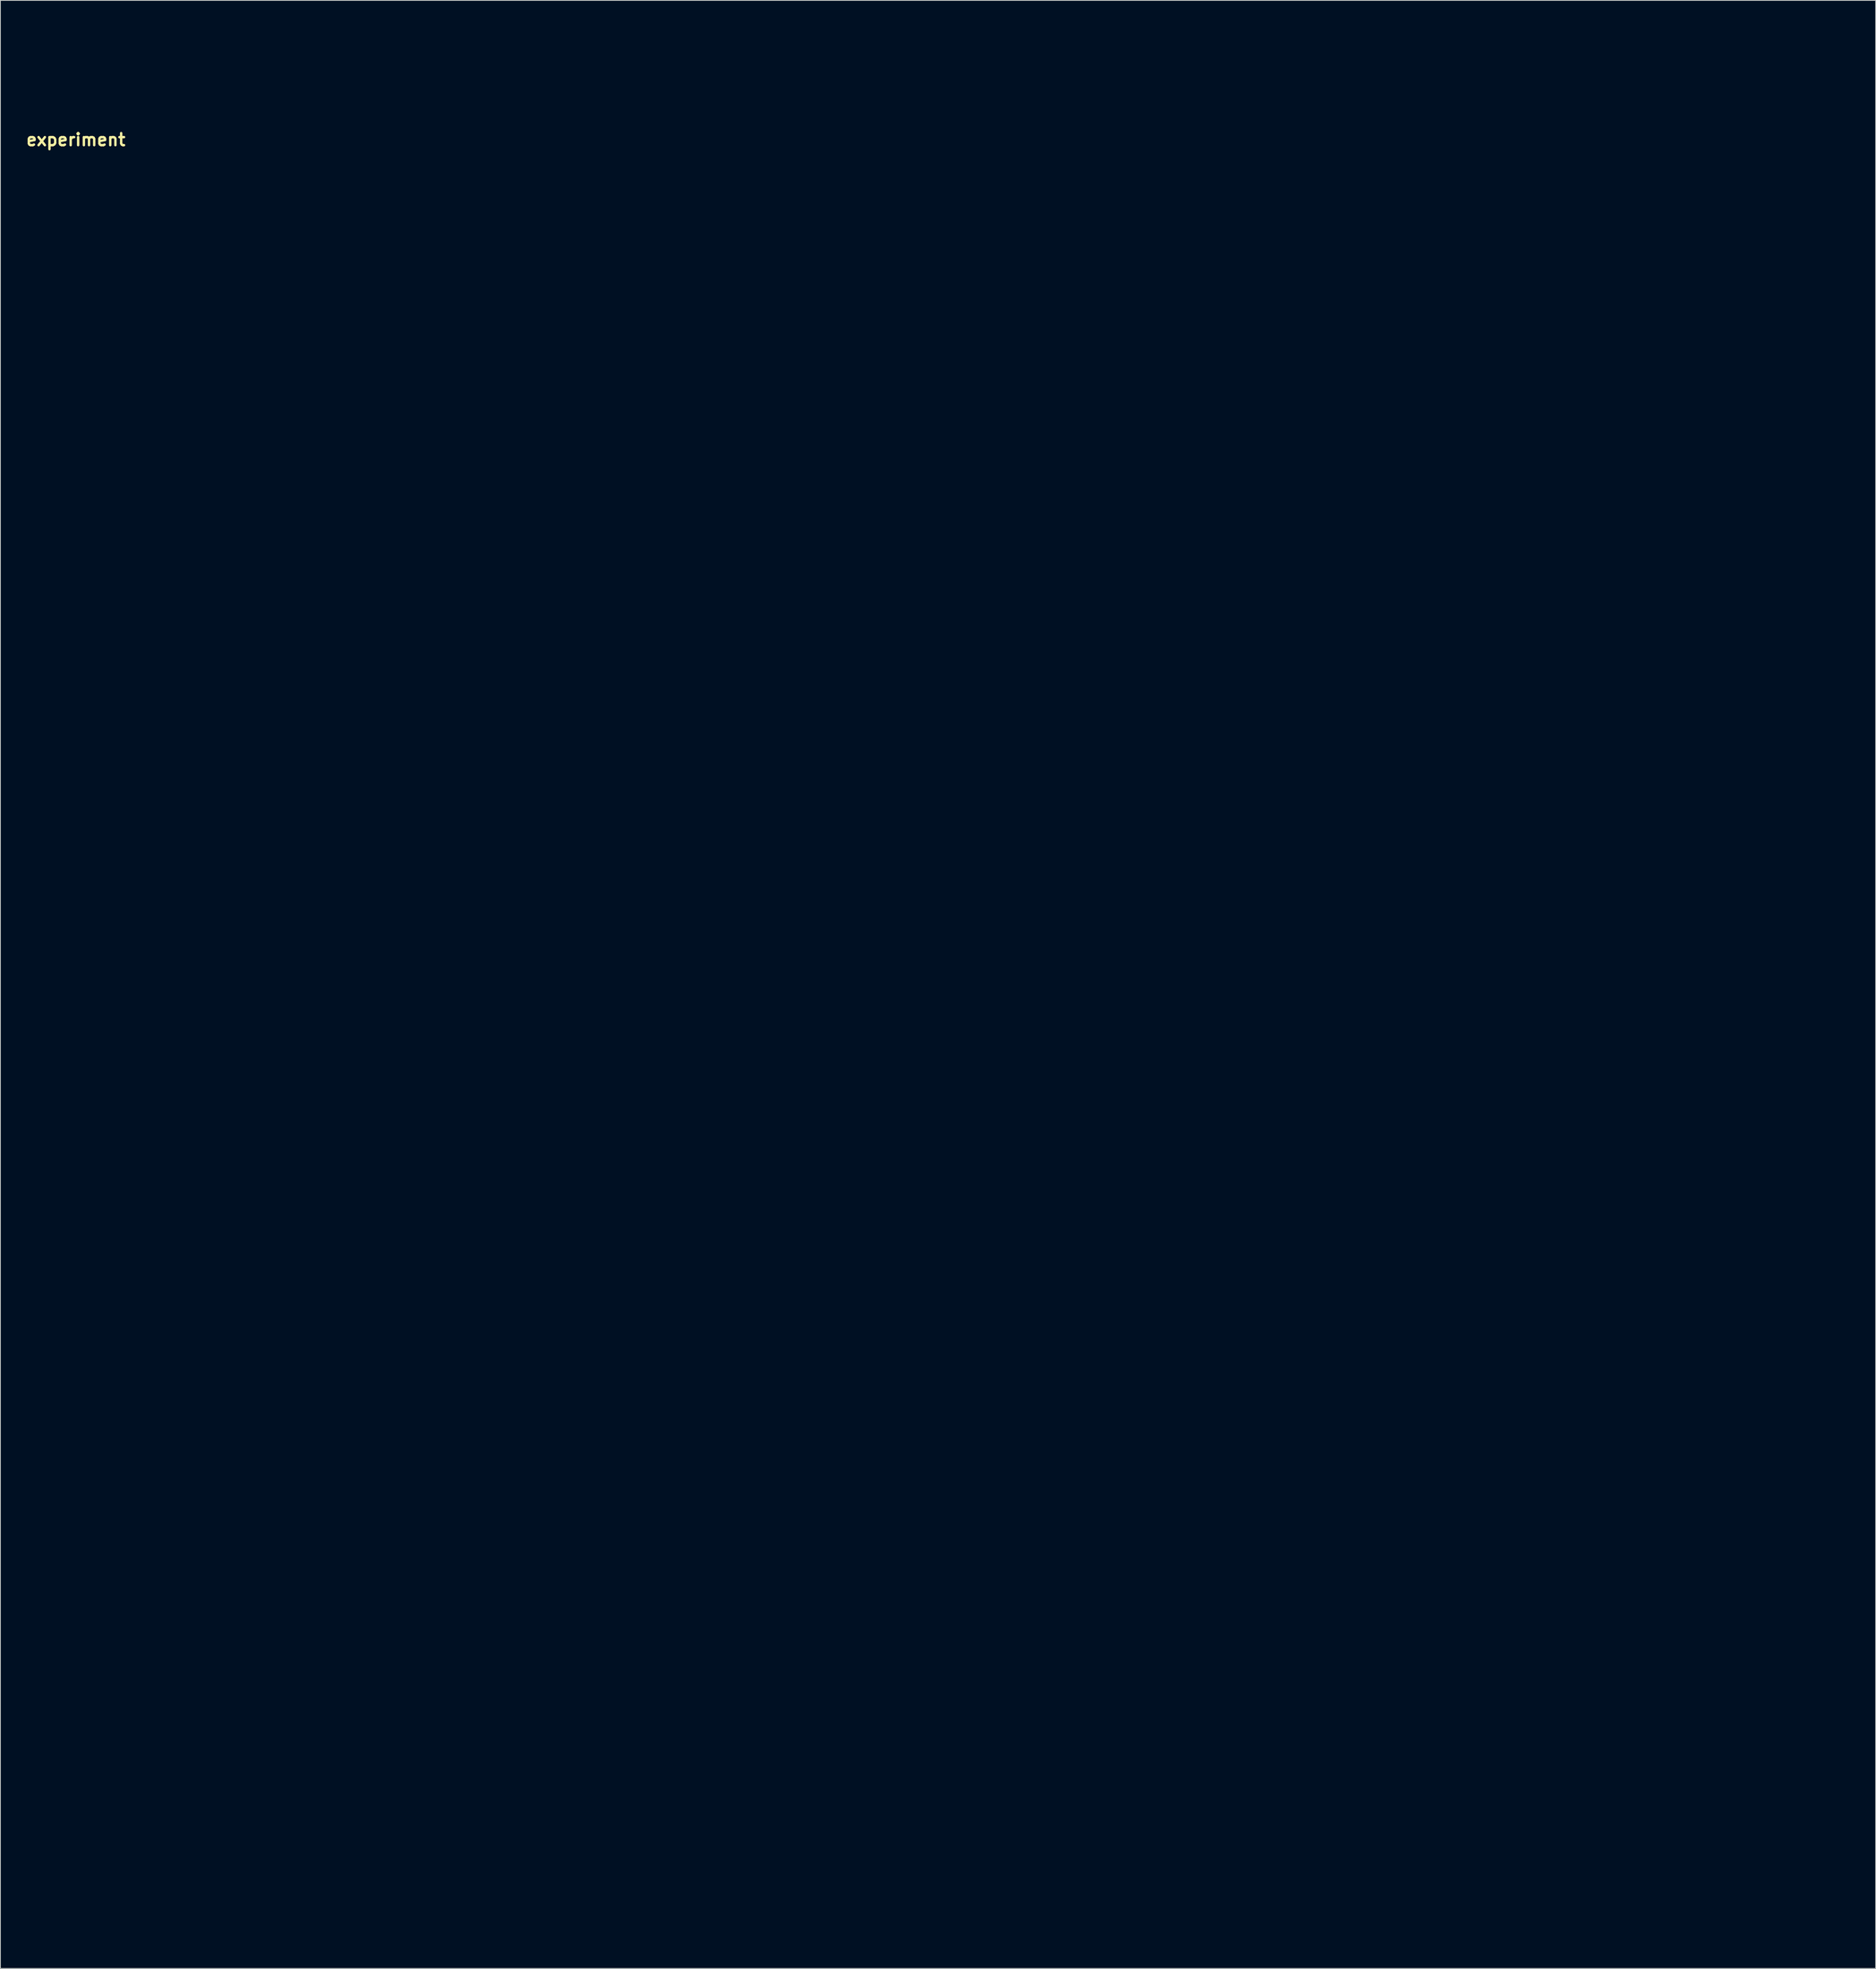
<source format=kicad_pcb>
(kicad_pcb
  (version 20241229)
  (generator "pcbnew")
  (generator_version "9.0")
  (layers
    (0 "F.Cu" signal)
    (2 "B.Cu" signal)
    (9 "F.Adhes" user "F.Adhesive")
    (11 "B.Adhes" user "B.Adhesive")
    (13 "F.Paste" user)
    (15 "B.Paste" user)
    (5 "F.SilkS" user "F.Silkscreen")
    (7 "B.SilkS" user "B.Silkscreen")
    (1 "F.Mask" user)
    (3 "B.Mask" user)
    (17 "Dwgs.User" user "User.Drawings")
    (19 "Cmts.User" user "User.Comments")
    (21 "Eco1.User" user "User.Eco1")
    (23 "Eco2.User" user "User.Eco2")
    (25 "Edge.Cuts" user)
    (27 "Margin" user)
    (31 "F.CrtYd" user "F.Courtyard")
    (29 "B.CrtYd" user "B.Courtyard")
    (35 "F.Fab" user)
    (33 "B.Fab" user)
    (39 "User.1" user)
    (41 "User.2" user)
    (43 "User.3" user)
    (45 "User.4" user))
  (footprint "experiment"
    (layer "F.Cu")
    (at 6.546 0.25)
    (property "Reference" "experiment" (at 0 14.376 0) (layer "F.SilkS") (effects (font (size 1.524 1.524) (thickness 0.305))))
    (attr exclude_from_pos_files exclude_from_bom)
    (fp_poly (pts (xy 60.882 242.603) (xy 52.566 242.427) (xy 48.753 241.876) (xy 46.021 241.448) (xy 33.649 238.981) (xy 33.582 239.185) (xy 31.664 238.567) (xy 29.124 237.543) (xy 26.271 236.189) (xy 24.917 235.365) (xy 25.675 235.649) (xy 27.497 236.518) (xy 29.844 237.566) (xy 31.863 238.28) (xy 33.649 238.981) (xy 46.021 241.448) (xy 44.806 241.192) (xy 49.524 240.003) (xy 44.364 239.487) (xy 42.644 238.926) (xy 40.925 238.365) (xy 37.088 238.177) (xy 33.252 237.989) (xy 32.061 237.432) (xy 30.416 236.76) (xy 28.133 235.924) (xy 25.395 234.973) (xy 23.238 233.524) (xy 20.607 231.733) (xy 18.738 230.39) (xy 17.293 229.241) (xy 15.933 228.03) (xy 14.515 226.808) (xy 13.805 226.374) (xy 13.24 226.056) (xy 12.879 225.611) (xy 13.21 225.81) (xy 13.451 225.645) (xy 12.355 223.342) (xy 11.169 220.981) (xy 9.949 216.798) (xy 8.729 212.616) (xy 8.454 208.639) (xy 8.179 204.662) (xy 8.748 203.545) (xy 9.577 202.429) (xy 9.836 202.032) (xy 10.101 201.635) (xy 10.299 201.305) (xy 10.63 200.974) (xy 11.027 200.974) (xy 11.01 201.535) (xy 10.992 202.095) (xy 12.896 202.064) (xy 14.8 202.032) (xy 14.8 200.445) (xy 14.8 198.858) (xy 14.434 198.336) (xy 14.069 196.879) (xy 14.069 195.945) (xy 13.341 195.268) (xy 12.287 194.396) (xy 11.96 194.201) (xy 11.47 195.006) (xy 10.981 195.811) (xy 10.63 195.154) (xy 10.278 194.498) (xy 9.918 194.797) (xy 10.116 193.987) (xy 10.894 192.868) (xy 11.306 192.64) (xy 11.719 192.64) (xy 11.555 192.904) (xy 11.391 193.169) (xy 11.936 193.169) (xy 12.481 192.904) (xy 12.812 192.63) (xy 13.912 191.587) (xy 14.845 189.748) (xy 15.347 187.659) (xy 15.879 185.288) (xy 16.326 183.158) (xy 16.575 181.792) (xy 16.807 180.843) (xy 17.324 179.094) (xy 18.061 176.751) (xy 18.95 174.018) (xy 19.925 171.1) (xy 20.919 168.204) (xy 21.865 165.533) (xy 22.621 163.61) (xy 23.522 161.63) (xy 24.57 159.588) (xy 25.771 157.475) (xy 27.127 155.286) (xy 28.644 153.013) (xy 30.325 150.65) (xy 32.175 148.19) (xy 34.21 145.53) (xy 35.948 143.224) (xy 37.217 141.508) (xy 37.842 140.615) (xy 37.65 140.781) (xy 36.182 142.558) (xy 34.551 144.622) (xy 32.822 146.884) (xy 31.058 149.255) (xy 29.325 151.646) (xy 27.687 153.969) (xy 26.208 156.134) (xy 24.953 158.051) (xy 23.987 159.633) (xy 22.729 161.419) (xy 22.667 161.683) (xy 22.535 161.948) (xy 22.403 162.212) (xy 22.242 162.477) (xy 22.065 162.624) (xy 21.557 164.543) (xy 20.643 167.015) (xy 19.162 167.229) (xy 18.566 166.848) (xy 18.566 166.027) (xy 18.566 165.207) (xy 19.226 164.569) (xy 21.142 162.579) (xy 21.775 161.293) (xy 22.059 160.241) (xy 21.768 159.775) (xy 21.547 158.617) (xy 22.469 156.962) (xy 23.466 155.544) (xy 24.469 154.07) (xy 25.369 152.738) (xy 26.118 151.663) (xy 26.624 150.552) (xy 27.028 150.044) (xy 28.623 148.42) (xy 29.679 147.084) (xy 29.679 146.468) (xy 29.679 145.852) (xy 31.04 144.706) (xy 32.912 143.04) (xy 34.064 141.846) (xy 34.315 141.343) (xy 33.482 141.752) (xy 32.742 142.236) (xy 32.946 141.906) (xy 33.15 141.575) (xy 32.892 141.575) (xy 32.499 141.846) (xy 32.434 141.78) (xy 32.907 141.439) (xy 33.744 141.076) (xy 34.177 140.936) (xy 35.367 139.987) (xy 36.558 138.5) (xy 37.588 137.424) (xy 38.646 136.48) (xy 40.035 134.885) (xy 42.036 132.315) (xy 44.131 129.801) (xy 45.178 129.081) (xy 45.041 128.798) (xy 44.678 128.325) (xy 43.859 129.325) (xy 42.915 130.437) (xy 41.796 131.706) (xy 40.785 132.937) (xy 40.1 133.957) (xy 39.648 134.828) (xy 39.53 134.478) (xy 39.412 134.128) (xy 38.845 134.643) (xy 37.558 135.285) (xy 36.839 135.413) (xy 36.979 135.187) (xy 37.517 134.96) (xy 38.432 134.547) (xy 39.889 133.243) (xy 41.995 130.954) (xy 43.812 128.896) (xy 44.855 127.741) (xy 45.431 126.754) (xy 46.125 125.099) (xy 46.902 122.969) (xy 48.428 120.829) (xy 49.953 118.689) (xy 50.568 114.323) (xy 50.961 111.834) (xy 51.401 109.505) (xy 51.791 107.841) (xy 52.243 106.212) (xy 52.843 103.979) (xy 53.461 101.623) (xy 54.09 99.249) (xy 54.72 96.968) (xy 55.214 95.273) (xy 55.89 93.052) (xy 56.541 90.87) (xy 57.18 88.859) (xy 57.96 86.677) (xy 58.879 84.329) (xy 59.935 81.822) (xy 61.126 79.159) (xy 62.4 76.203) (xy 62.834 74.819) (xy 62.67 74.554) (xy 62.932 74.716) (xy 63.194 74.878) (xy 63.965 73.254) (xy 64.664 71.394) (xy 64.799 71.285) (xy 65.331 70.625) (xy 66.318 68.857) (xy 67.422 66.762) (xy 68.234 65.314) (xy 68.837 64.04) (xy 69.517 62.657) (xy 70.839 60.361) (xy 71.722 59.025) (xy 73.19 57.041) (xy 74.597 55.08) (xy 76.136 53.042) (xy 77.789 50.945) (xy 79.54 48.805) (xy 81.372 46.64) (xy 83.269 44.466) (xy 85.214 42.3) (xy 87.19 40.16) (xy 89.18 38.062) (xy 91.168 36.025) (xy 93.138 34.063) (xy 95.072 32.196) (xy 96.955 30.44) (xy 98.768 28.811) (xy 100.497 27.328) (xy 102.123 26.006) (xy 103.631 24.864) (xy 105.004 23.917) (xy 106.225 23.184) (xy 108.025 22.203) (xy 108.407 22.349) (xy 108.789 22.209) (xy 108.789 21.922) (xy 109.283 22.051) (xy 109.778 22.18) (xy 109.746 21.751) (xy 110.046 21.388) (xy 110.696 21.52) (xy 111.032 21.19) (xy 111.05 20.793) (xy 111.469 20.862) (xy 112.829 20.531) (xy 113.817 19.929) (xy 114.513 19.694) (xy 115.372 19.429) (xy 116.065 19.132) (xy 117.661 18.729) (xy 118.318 18.195) (xy 118.322 17.882) (xy 118.579 18.279) (xy 118.835 18.676) (xy 118.839 18.374) (xy 118.843 18.073) (xy 119.781 18.199) (xy 120.718 18.325) (xy 121.08 18.025) (xy 121.442 17.724) (xy 121.634 18.036) (xy 121.827 18.347) (xy 122.085 17.886) (xy 122.344 17.424) (xy 123.967 17.604) (xy 126.748 18.059) (xy 128.826 18.712) (xy 130.678 19.45) (xy 132.623 20.224) (xy 134.835 21.221) (xy 136.97 22.279) (xy 138.687 23.237) (xy 140.116 24.189) (xy 141.614 25.33) (xy 143.169 26.647) (xy 144.772 28.126) (xy 146.412 29.752) (xy 148.08 31.513) (xy 149.765 33.395) (xy 151.457 35.384) (xy 153.146 37.465) (xy 154.821 39.627) (xy 156.473 41.853) (xy 158.091 44.132) (xy 159.665 46.449) (xy 161.184 48.791) (xy 162.64 51.143) (xy 164.021 53.493) (xy 165.317 55.825) (xy 166.518 58.127) (xy 167.614 60.385) (xy 168.595 62.585) (xy 169.45 64.714) (xy 170.226 66.849) (xy 171.062 69.29) (xy 171.922 71.919) (xy 172.771 74.617) (xy 173.572 77.267) (xy 174.29 79.752) (xy 174.891 81.953) (xy 175.337 83.753) (xy 175.594 85.035) (xy 176 87.284) (xy 176.294 88.86) (xy 176.5 90.272) (xy 176.774 92.618) (xy 177.024 94.615) (xy 177.178 95.528) (xy 177.419 96.993) (xy 177.697 98.926) (xy 177.877 99.994) (xy 178.134 101.704) (xy 178.531 103.635) (xy 179.045 105.232) (xy 179.825 107.423) (xy 180.14 108.404) (xy 180.836 110.231) (xy 181.902 112.874) (xy 183.326 116.307) (xy 184.315 118.689) (xy 185.087 120.486) (xy 185.354 121.784) (xy 185.172 122.078) (xy 185.447 121.908) (xy 185.721 121.738) (xy 186.065 122.594) (xy 186.751 124.132) (xy 187.92 126.626) (xy 189.432 129.801) (xy 191.938 132.579) (xy 193.282 134.028) (xy 194.694 135.461) (xy 196.237 136.939) (xy 197.974 138.519) (xy 199.968 140.261) (xy 202.282 142.222) (xy 204.416 144.11) (xy 205.223 145.025) (xy 205.673 145.795) (xy 206.261 146.342) (xy 206.235 147.255) (xy 206.209 148.169) (xy 206.579 148.476) (xy 206.949 149.662) (xy 207.197 150.693) (xy 207.505 151.973) (xy 207.226 153.169) (xy 207.046 153.761) (xy 208.15 155.732) (xy 209.026 157.238) (xy 209.446 158.155) (xy 210.223 160.101) (xy 211.232 162.437) (xy 212.123 164.764) (xy 212.506 166.069) (xy 211.849 166.052) (xy 211.175 164.541) (xy 210.778 163.422) (xy 209.754 161.362) (xy 208.325 158.751) (xy 206.709 155.977) (xy 205.127 153.429) (xy 203.799 151.497) (xy 202.37 149.852) (xy 200.282 147.703) (xy 198.126 145.635) (xy 196.489 144.234) (xy 196.186 144.06) (xy 196.992 144.866) (xy 199.251 146.996) (xy 200.893 148.62) (xy 202.402 150.302) (xy 203.81 152.084) (xy 205.148 154.014) (xy 206.448 156.136) (xy 207.739 158.494) (xy 209.055 161.135) (xy 210.539 164.28) (xy 210.918 165.24) (xy 211.765 167.148) (xy 213.385 170.371) (xy 214.394 172.157) (xy 214.593 171.664) (xy 214.093 169.621) (xy 213.621 167.742) (xy 214.248 166.732) (xy 215.128 165.19) (xy 215.323 164.461) (xy 215.748 164.458) (xy 216.368 164.26) (xy 217.162 164.065) (xy 217.762 164.065) (xy 217.936 164.614) (xy 218.228 165.045) (xy 217.497 163.69) (xy 217.446 163.381) (xy 217.617 162.935) (xy 218.07 163.83) (xy 218.707 165.387) (xy 218.89 166.049) (xy 218.583 165.652) (xy 218.277 165.255) (xy 218.434 165.74) (xy 218.591 166.351) (xy 218.825 166.333) (xy 219.582 167.444) (xy 220.696 170.624) (xy 221.266 172.553) (xy 221.102 173.137) (xy 220.938 173.722) (xy 221.183 173.369) (xy 221.428 173.016) (xy 221.734 174.231) (xy 221.881 176.172) (xy 221.723 176.897) (xy 222.032 176.5) (xy 222.34 176.103) (xy 222.198 176.932) (xy 222.228 177.932) (xy 222.598 179.41) (xy 222.751 180.204) (xy 223.1 182.242) (xy 223.346 182.978) (xy 223.451 183.507) (xy 223.516 184.222) (xy 223.805 185.094) (xy 224.117 187.493) (xy 224.156 189.158) (xy 224.119 190.571) (xy 224.398 190.399) (xy 224.677 190.227) (xy 224.677 191.021) (xy 224.41 191.98) (xy 224.143 192.145) (xy 224.25 193.716) (xy 224.358 195.288) (xy 224.113 195.439) (xy 223.886 196.43) (xy 223.763 197.931) (xy 223.487 199.386) (xy 223 201.305) (xy 222.945 201.882) (xy 222.818 202.301) (xy 222.692 202.958) (xy 222.553 203.624) (xy 222.398 204.167) (xy 222.279 204.688) (xy 222.193 205.123) (xy 222.051 205.591) (xy 221.697 206.356) (xy 221.401 206.927) (xy 221.323 207.101) (xy 221.225 207.603) (xy 220.844 208.493) (xy 220.193 209.818) (xy 219.649 210.84) (xy 218.988 211.533) (xy 218.327 212.19) (xy 217.448 213.304) (xy 215.754 215.028) (xy 214.66 215.923) (xy 213.68 216.846) (xy 212.77 217.642) (xy 212.126 218.183) (xy 211.465 218.712) (xy 210.803 219.241) (xy 210.126 219.76) (xy 209.595 220.156) (xy 209.069 220.555) (xy 208.561 220.878) (xy 208.28 221.098) (xy 207.856 221.362) (xy 207.439 221.876) (xy 207.611 221.479) (xy 207.782 221.082) (xy 207.366 221.596) (xy 206.941 221.86) (xy 206.544 222.125) (xy 206.156 222.405) (xy 205.739 222.685) (xy 205.323 223.199) (xy 205.494 222.802) (xy 205.666 222.405) (xy 205.289 222.864) (xy 204.74 223.151) (xy 204.568 223.303) (xy 204.304 223.464) (xy 204.039 223.572) (xy 204.039 223.844) (xy 203.599 223.675) (xy 203.158 223.506) (xy 203.378 223.86) (xy 203.597 224.215) (xy 203.156 224.046) (xy 202.716 223.877) (xy 202.716 224.149) (xy 202.452 224.257) (xy 202.187 224.39) (xy 201.946 224.537) (xy 201.286 224.549) (xy 200.867 224.71) (xy 201.041 224.991) (xy 201.215 225.273) (xy 200.775 225.104) (xy 200.335 224.935) (xy 200.335 225.207) (xy 200.108 225.339) (xy 198.727 225.647) (xy 195.726 226.586) (xy 191.572 227.974) (xy 191.786 228.208) (xy 192 228.443) (xy 191.57 228.289) (xy 190.803 228.445) (xy 190.468 228.755) (xy 190.639 228.449) (xy 190.811 228.142) (xy 189.488 228.565) (xy 188.164 228.989) (xy 188.495 229.224) (xy 188.825 229.459) (xy 188.076 229.295) (xy 187.326 229.131) (xy 187.524 229.451) (xy 187.722 229.771) (xy 187.26 229.594) (xy 185.666 229.971) (xy 185.426 230.057) (xy 184.875 230.181) (xy 184.276 230.286) (xy 183.844 230.12) (xy 184.042 230.441) (xy 184.24 230.761) (xy 183.517 230.579) (xy 182.793 230.398) (xy 182.987 230.712) (xy 183.181 231.025) (xy 182.432 230.861) (xy 181.682 230.697) (xy 182.079 230.999) (xy 182.475 231.301) (xy 181.549 231.136) (xy 180.623 230.972) (xy 181.02 231.276) (xy 181.417 231.579) (xy 180.822 231.449) (xy 180.227 231.318) (xy 180.227 231.589) (xy 180.227 231.86) (xy 179.698 231.721) (xy 179.036 231.798) (xy 178.333 231.864) (xy 177.763 231.715) (xy 177.958 232.031) (xy 178.154 232.348) (xy 177.431 232.167) (xy 176.708 231.985) (xy 176.913 232.317) (xy 177.118 232.648) (xy 176.578 232.477) (xy 176.038 232.306) (xy 175.867 232.582) (xy 175.696 232.858) (xy 174.985 232.703) (xy 174.273 232.549) (xy 174.67 232.851) (xy 175.067 233.153) (xy 174.174 232.976) (xy 173.281 232.8) (xy 173.469 233.103) (xy 173.656 233.407) (xy 172.933 233.225) (xy 172.21 233.044) (xy 172.404 233.357) (xy 172.598 233.671) (xy 171.875 233.49) (xy 171.152 233.308) (xy 171.357 233.64) (xy 171.562 233.971) (xy 170.702 233.782) (xy 169.842 233.593) (xy 170.04 233.915) (xy 170.239 234.236) (xy 169.346 234.059) (xy 168.453 233.882) (xy 168.849 234.179) (xy 169.246 234.476) (xy 168.353 234.299) (xy 167.46 234.123) (xy 167.665 234.454) (xy 167.87 234.785) (xy 167.185 234.614) (xy 166.501 234.442) (xy 166.336 234.708) (xy 166.172 234.974) (xy 165.063 234.82) (xy 163.955 234.666) (xy 164.352 234.967) (xy 164.748 235.268) (xy 163.029 235.105) (xy 161.309 234.942) (xy 161.706 235.218) (xy 162.103 235.494) (xy 161.359 235.498) (xy 160.616 235.502) (xy 160.78 235.237) (xy 160.663 234.973) (xy 160.383 235.178) (xy 159.392 235.329) (xy 157.009 235.404) (xy 153.636 235.423) (xy 154.827 235.217) (xy 156.017 235.011) (xy 153.702 235.095) (xy 151.387 235.179) (xy 151.387 234.913) (xy 151.387 234.648) (xy 150.13 234.821) (xy 148.873 234.994) (xy 149.27 234.699) (xy 149.667 234.403) (xy 147.988 234.572) (xy 146.309 234.74) (xy 146.465 234.487) (xy 146.226 234.083) (xy 145.831 234.187) (xy 144.971 234.412) (xy 144.111 234.381) (xy 144.905 234.179) (xy 145.278 233.946) (xy 144.857 233.914) (xy 144.502 232.84) (xy 144.148 231.765) (xy 143.6 231.468) (xy 141.994 230.992) (xy 140.167 230.605) (xy 139.399 230.397) (xy 139.547 230.965) (xy 138.408 230.856) (xy 136.42 229.645) (xy 134.829 228.887) (xy 134.718 229.284) (xy 133.92 229.414) (xy 133.421 229.147) (xy 133.078 229.514) (xy 132.735 229.881) (xy 131.279 229.215) (xy 129.162 228.479) (xy 127.791 228.132) (xy 127.081 227.855) (xy 126.991 228.124) (xy 126.901 228.393) (xy 125.717 228.008) (xy 123.829 227.462) (xy 122.751 227.158) (xy 122.377 227.015) (xy 122.054 227.725) (xy 121.73 228.434) (xy 120.972 227.708) (xy 120.214 226.982) (xy 119.428 227.155) (xy 118.641 227.328) (xy 118.835 228.189) (xy 119.496 229.763) (xy 119.962 230.475) (xy 116.691 230.512) (xy 113.419 230.55) (xy 114.478 230.726) (xy 115.536 230.902) (xy 114.213 231.099) (xy 111.832 231.406) (xy 110.773 231.515) (xy 111.964 231.153) (xy 112.776 230.785) (xy 110.144 231.188) (xy 107.633 231.636) (xy 107.527 231.32) (xy 106.311 231.403) (xy 105.912 231.802) (xy 105.748 231.535) (xy 104.42 231.842) (xy 103.911 232.501) (xy 102.158 233.391) (xy 100.95 233.959) (xy 100.173 233.87) (xy 99.396 233.782) (xy 99.46 233.253) (xy 99.695 231.823) (xy 99.865 230.923) (xy 98.852 231.087) (xy 97.839 231.252) (xy 97.218 231.922) (xy 96.709 232.591) (xy 95.983 233.507) (xy 94.457 234.667) (xy 93.046 235.235) (xy 92.271 235.389) (xy 91.157 235.285) (xy 90.685 235.021) (xy 89.459 235.642) (xy 87.805 236.917) (xy 87.377 237.57) (xy 85.846 237.688) (xy 84.315 237.806) (xy 82.066 238.672) (xy 80.048 239.465) (xy 78.355 240.154) (xy 76.37 240.788) (xy 74.009 241.191) (xy 71.341 241.355) (xy 68.44 241.272) (xy 68.441 241.273) (xy 66.976 241.179) (xy 64.941 241.059) (xy 62.605 240.928) (xy 60.239 240.803) (xy 58.224 240.687) (xy 55.964 240.535) (xy 53.641 240.362) (xy 51.434 240.18) (xy 49.524 240.003) (xy 44.806 241.192) (xy 45.189 241.102) (xy 49.183 241.616) (xy 53.36 242.175) (xy 62.621 242.349) (xy 66.11 242.426) (xy 68.767 242.509) (xy 111.039 233.345) (xy 109.981 233.366) (xy 108.856 233.465) (xy 107.07 233.765) (xy 104.292 234.322) (xy 103.631 234.46) (xy 104.028 234.191) (xy 104.425 233.923) (xy 104.094 233.919) (xy 103.763 233.667) (xy 103.763 233.419) (xy 104.954 233.531) (xy 106.144 233.642) (xy 106.144 233.382) (xy 106.425 233.121) (xy 106.705 233.121) (xy 106.514 233.43) (xy 106.322 233.74) (xy 106.744 233.578) (xy 108.108 233.24) (xy 108.905 232.827) (xy 110.113 232.989) (xy 111.039 233.345) (xy 68.767 242.509) (xy 70.33 242.587) (xy 113.29 232.989) (xy 112.165 233.035) (xy 111.039 233.082) (xy 111.568 232.856) (xy 111.568 232.856) (xy 112.098 232.629) (xy 111.701 232.606) (xy 111.304 232.584) (xy 111.701 232.302) (xy 112.098 232.02) (xy 110.907 232.156) (xy 109.716 232.292) (xy 110.211 232.014) (xy 110.706 231.736) (xy 112.593 231.884) (xy 114.479 232.033) (xy 113.817 231.809) (xy 113.156 231.586) (xy 114.016 231.56) (xy 114.478 232.328) (xy 114.081 232.658) (xy 113.23 232.487) (xy 112.38 232.317) (xy 112.835 232.653) (xy 113.29 232.989) (xy 70.33 242.587) (xy 70.54 242.651) (xy 69.363 242.686) (xy 67.15 242.689) (xy 64.217 242.661) (xy 60.882 242.603)) (stroke (width 0.1) (type solid)) (fill no) (layer "Eco2.User")))
  (gr_rect
    (start -3 -3)
    (end 234.272 245.989)
    (stroke (width 0.1) (type default))
    (fill no)
    (layer "Edge.Cuts")))
</source>
